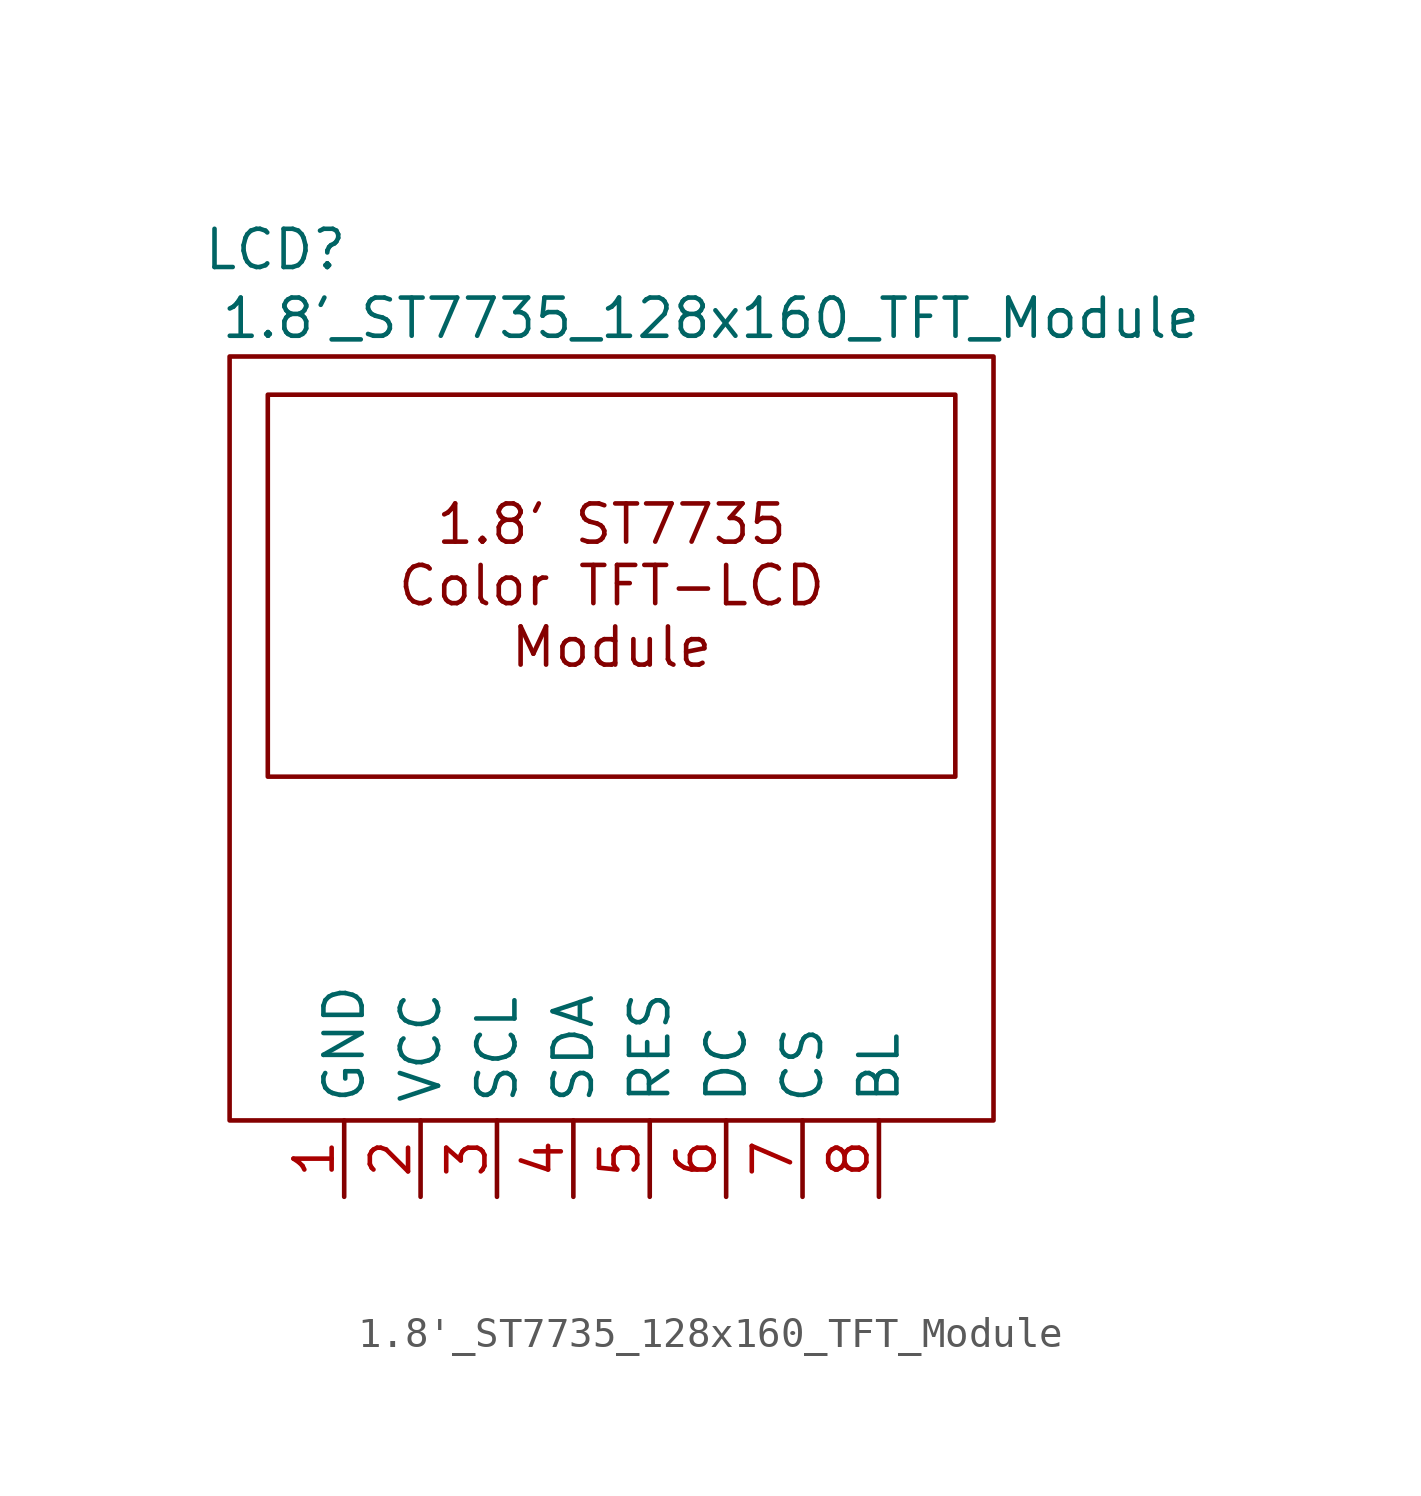
<source format=kicad_sym>
(kicad_symbol_lib
  (version 20241209)
  (generator "kicad_symbol_editor")
  (generator_version "9.0")
  (symbol "1.8'_ST7735_128x160_TFT_Module"
    (property "Reference" "LCD"
      (at -11.176 16.256 0)
      (effects (font (size 1.27 1.27))))
    (property "Value" "1.8'_ST7735_128x160_TFT_Module"
      (at 3.302 13.97 0)
      (effects (font (size 1.27 1.27))))
    (symbol "1.8'_ST7735_128x160_TFT_Module_0_1"
      (rectangle (start -12.7 12.7) (end 12.7 -12.7) (stroke (width 0) (type default)) (fill (type none))))
    (symbol "1.8'_ST7735_128x160_TFT_Module_1_1"
      (rectangle (start -11.43 11.43) (end 11.43 -1.27) (stroke (width 0) (type solid)) (fill (type none)))
      (text "1.8' ST7735\nColor TFT-LCD\nModule" (at 0 5.08 0) (effects (font (size 1.27 1.27))))
      (pin passive line (at -8.89 -15.24 90) (length 2.54) (name "GND" (effects (font (size 1.27 1.27)))) (number "1" (effects (font (size 1.27 1.27)))))
      (pin power_in line (at -6.35 -15.24 90) (length 2.54) (name "VCC" (effects (font (size 1.27 1.27)))) (number "2" (effects (font (size 1.27 1.27)))))
      (pin input line (at -3.81 -15.24 90) (length 2.54) (name "SCL" (effects (font (size 1.27 1.27)))) (number "3" (effects (font (size 1.27 1.27)))))
      (pin input line (at -1.27 -15.24 90) (length 2.54) (name "SDA" (effects (font (size 1.27 1.27)))) (number "4" (effects (font (size 1.27 1.27)))))
      (pin input line (at 1.27 -15.24 90) (length 2.54) (name "RES" (effects (font (size 1.27 1.27)))) (number "5" (effects (font (size 1.27 1.27)))))
      (pin input line (at 3.81 -15.24 90) (length 2.54) (name "DC" (effects (font (size 1.27 1.27)))) (number "6" (effects (font (size 1.27 1.27)))))
      (pin input line (at 6.35 -15.24 90) (length 2.54) (name "CS" (effects (font (size 1.27 1.27)))) (number "7" (effects (font (size 1.27 1.27)))))
      (pin input line (at 8.89 -15.24 90) (length 2.54) (name "BL" (effects (font (size 1.27 1.27)))) (number "8" (effects (font (size 1.27 1.27))))))))
</source>
